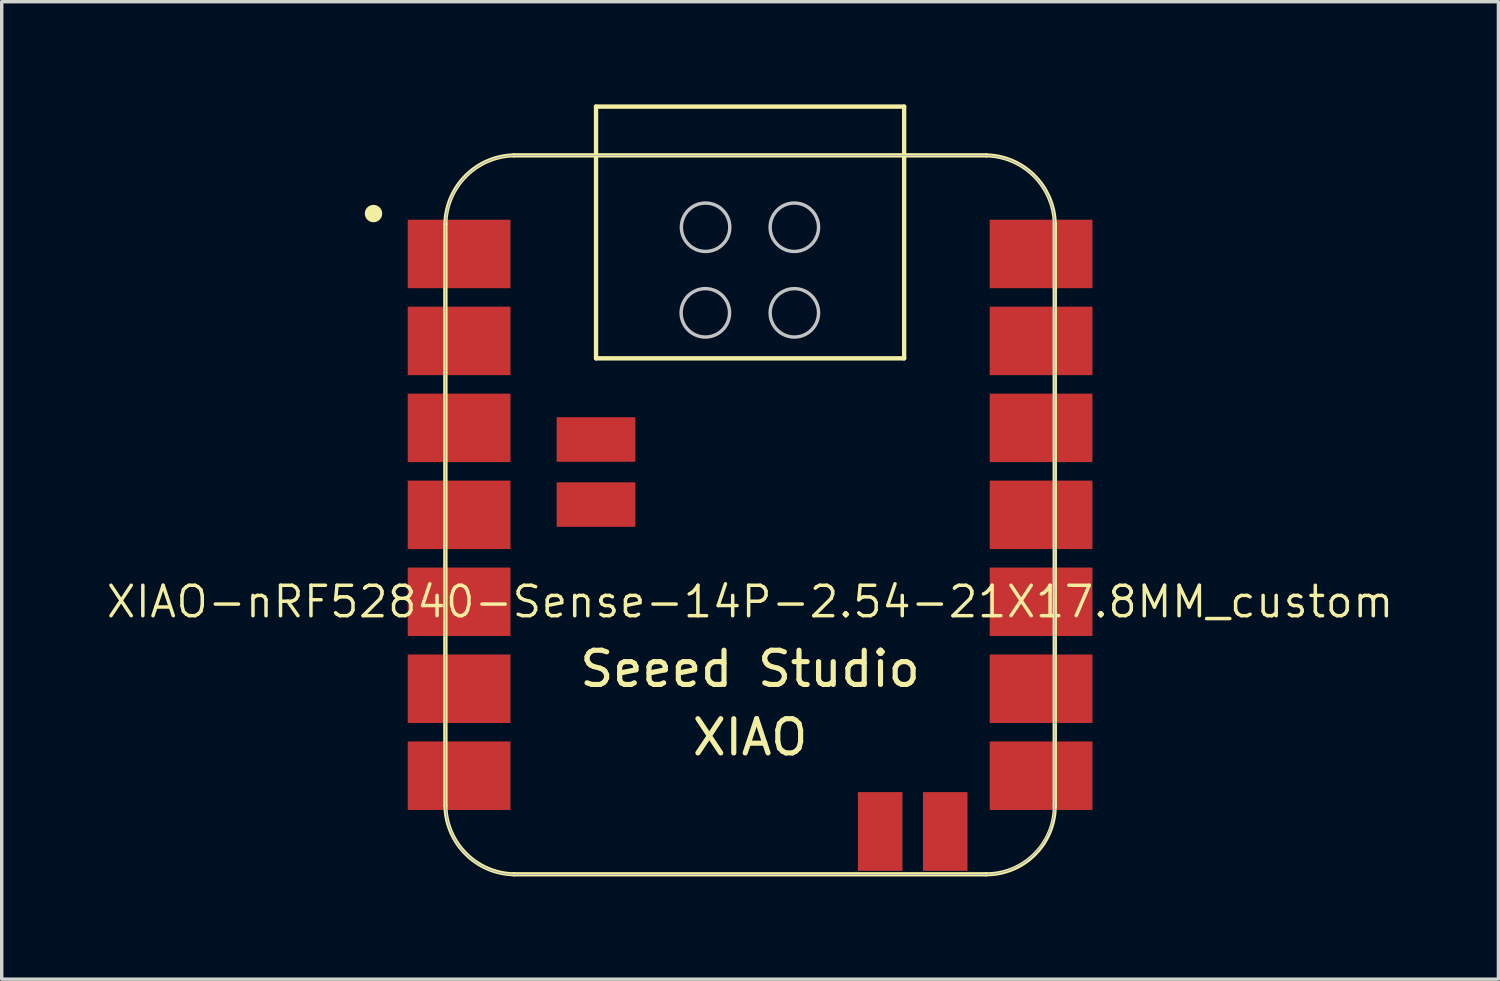
<source format=kicad_pcb>
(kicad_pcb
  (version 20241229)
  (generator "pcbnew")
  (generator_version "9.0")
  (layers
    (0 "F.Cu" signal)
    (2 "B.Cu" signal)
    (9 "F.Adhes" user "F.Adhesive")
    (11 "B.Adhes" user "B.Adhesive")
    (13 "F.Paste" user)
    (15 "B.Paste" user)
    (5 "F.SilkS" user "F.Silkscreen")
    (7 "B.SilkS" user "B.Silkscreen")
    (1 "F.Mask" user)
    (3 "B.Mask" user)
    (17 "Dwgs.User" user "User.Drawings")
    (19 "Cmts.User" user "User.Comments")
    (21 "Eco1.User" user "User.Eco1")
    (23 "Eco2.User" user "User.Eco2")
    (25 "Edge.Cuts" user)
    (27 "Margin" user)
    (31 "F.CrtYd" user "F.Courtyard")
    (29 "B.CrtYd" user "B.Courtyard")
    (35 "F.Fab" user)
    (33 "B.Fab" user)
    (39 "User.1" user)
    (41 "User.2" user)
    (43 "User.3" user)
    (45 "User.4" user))
  (footprint "XIAO-nRF52840-Sense-14P-2.54-21X17.8MM_custom"
    (layer "F.Cu")
    (at 18.86 11.988)
    (property "Reference" "XIAO-nRF52840-Sense-14P-2.54-21X17.8MM_custom" (at 0 2.54 0) (layer "F.SilkS") (effects (font (size 0.889 0.889) (thickness 0.102))))
    (attr smd)
    (fp_line (start -8.9 -8.5) (end -8.9 8.5) (stroke (width 0.127) (type solid)) (layer "F.SilkS"))
    (fp_line (start -6.9 10.5) (end 6.9 10.5) (stroke (width 0.127) (type solid)) (layer "F.SilkS"))
    (fp_line (start -4.5 -11.924) (end 4.5 -11.924) (stroke (width 0.127) (type solid)) (layer "F.SilkS"))
    (fp_line (start -4.5 -4.571) (end -4.5 -11.924) (stroke (width 0.127) (type solid)) (layer "F.SilkS"))
    (fp_line (start 4.5 -11.924) (end 4.5 -4.571) (stroke (width 0.127) (type solid)) (layer "F.SilkS"))
    (fp_line (start 4.5 -4.571) (end -4.5 -4.571) (stroke (width 0.127) (type solid)) (layer "F.SilkS"))
    (fp_line (start 6.9 -10.499) (end -6.9 -10.499) (stroke (width 0.127) (type solid)) (layer "F.SilkS"))
    (fp_line (start 8.9 8.5) (end 8.9 -8.5) (stroke (width 0.127) (type solid)) (layer "F.SilkS"))
    (fp_arc (start -8.9 -8.5) (mid -8.301491 -9.901491) (end -6.9 -10.5) (stroke (width 0.12) (type solid)) (layer "F.SilkS"))
    (fp_arc (start -6.9 10.5) (mid -8.301423 9.901423) (end -8.9 8.5) (stroke (width 0.12) (type solid)) (layer "F.SilkS"))
    (fp_arc (start 6.9 -10.5) (mid 8.301491 -9.901491) (end 8.9 -8.5) (stroke (width 0.12) (type solid)) (layer "F.SilkS"))
    (fp_arc (start 8.9 8.5) (mid 8.314214 9.914214) (end 6.9 10.5) (stroke (width 0.12) (type solid)) (layer "F.SilkS"))
    (fp_circle (center -11 -8.8) (end -11 -9.054) (stroke (width 0) (type solid)) (fill yes) (layer "F.SilkS"))
    (fp_poly (pts (xy -8.888 -8.562) (xy -8.885 -8.61) (xy -8.881 -8.659)) (stroke (width 0.025) (type solid)) (fill no) (layer "F.SilkS"))
    (fp_poly (pts (xy 8.889 8.522) (xy 8.888 8.571) (xy 8.885 8.62) (xy 8.881 8.669) (xy 8.875 8.717) (xy 8.869 8.766) (xy 8.861 8.815) (xy 8.852 8.863) (xy 8.842 8.911)) (stroke (width 0.025) (type solid)) (fill no) (layer "F.SilkS"))
    (fp_circle (center -1.307 -5.9) (end -0.807 -6.4) (stroke (width 0.1) (type default)) (fill no) (layer "Dwgs.User"))
    (fp_circle (center -1.3 -8.4) (end -0.8 -8.9) (stroke (width 0.1) (type default)) (fill no) (layer "Dwgs.User"))
    (fp_circle (center 1.293 -8.4) (end 1.793 -8.9) (stroke (width 0.1) (type default)) (fill no) (layer "Dwgs.User"))
    (fp_circle (center 1.293 -5.9) (end 1.793 -6.4) (stroke (width 0.1) (type default)) (fill no) (layer "Dwgs.User"))
    (fp_line (start -8.9 -8.463) (end -8.9 8.473) (stroke (width 0.025) (type solid)) (layer "F.Fab"))
    (fp_line (start -8.89 8.473) (end -8.889 8.522) (stroke (width 0.025) (type solid)) (layer "F.Fab"))
    (fp_line (start -8.889 8.522) (end -8.888 8.571) (stroke (width 0.025) (type solid)) (layer "F.Fab"))
    (fp_line (start -8.888 -8.562) (end -8.889 -8.512) (stroke (width 0.025) (type solid)) (layer "F.Fab"))
    (fp_line (start -8.888 8.571) (end -8.885 8.62) (stroke (width 0.025) (type solid)) (layer "F.Fab"))
    (fp_line (start -8.885 -8.61) (end -8.888 -8.562) (stroke (width 0.025) (type solid)) (layer "F.Fab"))
    (fp_line (start -8.885 8.62) (end -8.881 8.669) (stroke (width 0.025) (type solid)) (layer "F.Fab"))
    (fp_line (start -8.881 -8.659) (end -8.885 -8.61) (stroke (width 0.025) (type solid)) (layer "F.Fab"))
    (fp_line (start -8.881 8.669) (end -8.875 8.717) (stroke (width 0.025) (type solid)) (layer "F.Fab"))
    (fp_line (start -8.875 -8.708) (end -8.881 -8.659) (stroke (width 0.025) (type solid)) (layer "F.Fab"))
    (fp_line (start -8.875 8.717) (end -8.869 8.766) (stroke (width 0.025) (type solid)) (layer "F.Fab"))
    (fp_line (start -8.869 -8.757) (end -8.875 -8.708) (stroke (width 0.025) (type solid)) (layer "F.Fab"))
    (fp_line (start -8.869 8.766) (end -8.861 8.815) (stroke (width 0.025) (type solid)) (layer "F.Fab"))
    (fp_line (start -8.861 -8.806) (end -8.869 -8.757) (stroke (width 0.025) (type solid)) (layer "F.Fab"))
    (fp_line (start -8.861 8.815) (end -8.852 8.863) (stroke (width 0.025) (type solid)) (layer "F.Fab"))
    (fp_line (start -8.852 -8.854) (end -8.861 -8.806) (stroke (width 0.025) (type solid)) (layer "F.Fab"))
    (fp_line (start -8.852 8.863) (end -8.842 8.911) (stroke (width 0.025) (type solid)) (layer "F.Fab"))
    (fp_line (start -8.842 -8.902) (end -8.852 -8.854) (stroke (width 0.025) (type solid)) (layer "F.Fab"))
    (fp_line (start -8.842 8.911) (end -8.831 8.959) (stroke (width 0.025) (type solid)) (layer "F.Fab"))
    (fp_line (start -8.831 -8.95) (end -8.842 -8.902) (stroke (width 0.025) (type solid)) (layer "F.Fab"))
    (fp_line (start -8.831 8.959) (end -8.819 9.006) (stroke (width 0.025) (type solid)) (layer "F.Fab"))
    (fp_line (start -8.819 -8.997) (end -8.831 -8.95) (stroke (width 0.025) (type solid)) (layer "F.Fab"))
    (fp_line (start -8.819 9.006) (end -8.805 9.054) (stroke (width 0.025) (type solid)) (layer "F.Fab"))
    (fp_line (start -8.805 -9.045) (end -8.819 -8.997) (stroke (width 0.025) (type solid)) (layer "F.Fab"))
    (fp_line (start -8.805 9.054) (end -8.79 9.1) (stroke (width 0.025) (type solid)) (layer "F.Fab"))
    (fp_line (start -8.79 -9.091) (end -8.805 -9.045) (stroke (width 0.025) (type solid)) (layer "F.Fab"))
    (fp_line (start -8.79 9.1) (end -8.775 9.147) (stroke (width 0.025) (type solid)) (layer "F.Fab"))
    (fp_line (start -8.775 -9.138) (end -8.79 -9.091) (stroke (width 0.025) (type solid)) (layer "F.Fab"))
    (fp_line (start -8.775 9.147) (end -8.758 9.193) (stroke (width 0.025) (type solid)) (layer "F.Fab"))
    (fp_line (start -8.758 -9.184) (end -8.775 -9.138) (stroke (width 0.025) (type solid)) (layer "F.Fab"))
    (fp_line (start -8.758 9.193) (end -8.74 9.239) (stroke (width 0.025) (type solid)) (layer "F.Fab"))
    (fp_line (start -8.74 -9.23) (end -8.758 -9.184) (stroke (width 0.025) (type solid)) (layer "F.Fab"))
    (fp_line (start -8.74 9.239) (end -8.721 9.284) (stroke (width 0.025) (type solid)) (layer "F.Fab"))
    (fp_line (start -8.721 -9.275) (end -8.74 -9.23) (stroke (width 0.025) (type solid)) (layer "F.Fab"))
    (fp_line (start -8.721 9.284) (end -8.701 9.329) (stroke (width 0.025) (type solid)) (layer "F.Fab"))
    (fp_line (start -8.701 -9.32) (end -8.721 -9.275) (stroke (width 0.025) (type solid)) (layer "F.Fab"))
    (fp_line (start -8.701 9.329) (end -8.679 9.373) (stroke (width 0.025) (type solid)) (layer "F.Fab"))
    (fp_line (start -8.679 -9.364) (end -8.701 -9.32) (stroke (width 0.025) (type solid)) (layer "F.Fab"))
    (fp_line (start -8.679 9.373) (end -8.657 9.417) (stroke (width 0.025) (type solid)) (layer "F.Fab"))
    (fp_line (start -8.657 -9.408) (end -8.679 -9.364) (stroke (width 0.025) (type solid)) (layer "F.Fab"))
    (fp_line (start -8.657 9.417) (end -8.634 9.46) (stroke (width 0.025) (type solid)) (layer "F.Fab"))
    (fp_line (start -8.634 -9.451) (end -8.657 -9.408) (stroke (width 0.025) (type solid)) (layer "F.Fab"))
    (fp_line (start -8.634 9.46) (end -8.61 9.503) (stroke (width 0.025) (type solid)) (layer "F.Fab"))
    (fp_line (start -8.61 -9.494) (end -8.634 -9.451) (stroke (width 0.025) (type solid)) (layer "F.Fab"))
    (fp_line (start -8.61 9.503) (end -8.584 9.545) (stroke (width 0.025) (type solid)) (layer "F.Fab"))
    (fp_line (start -8.584 -9.536) (end -8.61 -9.494) (stroke (width 0.025) (type solid)) (layer "F.Fab"))
    (fp_line (start -8.584 9.545) (end -8.558 9.586) (stroke (width 0.025) (type solid)) (layer "F.Fab"))
    (fp_line (start -8.558 -9.577) (end -8.584 -9.536) (stroke (width 0.025) (type solid)) (layer "F.Fab"))
    (fp_line (start -8.558 9.586) (end -8.53 9.627) (stroke (width 0.025) (type solid)) (layer "F.Fab"))
    (fp_line (start -8.53 -9.618) (end -8.558 -9.577) (stroke (width 0.025) (type solid)) (layer "F.Fab"))
    (fp_line (start -8.53 9.627) (end -8.502 9.667) (stroke (width 0.025) (type solid)) (layer "F.Fab"))
    (fp_line (start -8.502 -9.658) (end -8.53 -9.618) (stroke (width 0.025) (type solid)) (layer "F.Fab"))
    (fp_line (start -8.502 9.667) (end -8.473 9.706) (stroke (width 0.025) (type solid)) (layer "F.Fab"))
    (fp_line (start -8.473 -9.697) (end -8.502 -9.658) (stroke (width 0.025) (type solid)) (layer "F.Fab"))
    (fp_line (start -8.473 9.706) (end -8.442 9.745) (stroke (width 0.025) (type solid)) (layer "F.Fab"))
    (fp_line (start -8.442 -9.736) (end -8.473 -9.697) (stroke (width 0.025) (type solid)) (layer "F.Fab"))
    (fp_line (start -8.442 9.745) (end -8.411 9.783) (stroke (width 0.025) (type solid)) (layer "F.Fab"))
    (fp_line (start -8.411 -9.774) (end -8.442 -9.736) (stroke (width 0.025) (type solid)) (layer "F.Fab"))
    (fp_line (start -8.411 9.783) (end -8.379 9.82) (stroke (width 0.025) (type solid)) (layer "F.Fab"))
    (fp_line (start -8.379 -9.811) (end -8.411 -9.774) (stroke (width 0.025) (type solid)) (layer "F.Fab"))
    (fp_line (start -8.379 9.82) (end -8.346 9.856) (stroke (width 0.025) (type solid)) (layer "F.Fab"))
    (fp_line (start -8.346 -9.847) (end -8.379 -9.811) (stroke (width 0.025) (type solid)) (layer "F.Fab"))
    (fp_line (start -8.346 9.856) (end -8.312 9.892) (stroke (width 0.025) (type solid)) (layer "F.Fab"))
    (fp_line (start -8.312 -9.883) (end -8.346 -9.847) (stroke (width 0.025) (type solid)) (layer "F.Fab"))
    (fp_line (start -8.312 9.892) (end -8.277 9.927) (stroke (width 0.025) (type solid)) (layer "F.Fab"))
    (fp_line (start -8.277 -9.918) (end -8.312 -9.883) (stroke (width 0.025) (type solid)) (layer "F.Fab"))
    (fp_line (start -8.277 9.927) (end -8.242 9.96) (stroke (width 0.025) (type solid)) (layer "F.Fab"))
    (fp_line (start -8.242 -9.951) (end -8.277 -9.918) (stroke (width 0.025) (type solid)) (layer "F.Fab"))
    (fp_line (start -8.242 9.96) (end -8.205 9.994) (stroke (width 0.025) (type solid)) (layer "F.Fab"))
    (fp_line (start -8.205 -9.984) (end -8.242 -9.951) (stroke (width 0.025) (type solid)) (layer "F.Fab"))
    (fp_line (start -8.205 9.994) (end -8.168 10.026) (stroke (width 0.025) (type solid)) (layer "F.Fab"))
    (fp_line (start -8.168 -10.017) (end -8.205 -9.984) (stroke (width 0.025) (type solid)) (layer "F.Fab"))
    (fp_line (start -8.168 10.026) (end -8.13 10.057) (stroke (width 0.025) (type solid)) (layer "F.Fab"))
    (fp_line (start -8.13 -10.048) (end -8.168 -10.017) (stroke (width 0.025) (type solid)) (layer "F.Fab"))
    (fp_line (start -8.13 10.057) (end -8.092 10.087) (stroke (width 0.025) (type solid)) (layer "F.Fab"))
    (fp_line (start -8.092 -10.078) (end -8.13 -10.048) (stroke (width 0.025) (type solid)) (layer "F.Fab"))
    (fp_line (start -8.092 10.087) (end -8.052 10.116) (stroke (width 0.025) (type solid)) (layer "F.Fab"))
    (fp_line (start -8.052 -10.107) (end -8.092 -10.078) (stroke (width 0.025) (type solid)) (layer "F.Fab"))
    (fp_line (start -8.052 10.116) (end -8.012 10.145) (stroke (width 0.025) (type solid)) (layer "F.Fab"))
    (fp_line (start -8.012 -10.136) (end -8.052 -10.107) (stroke (width 0.025) (type solid)) (layer "F.Fab"))
    (fp_line (start -8.012 10.145) (end -7.972 10.172) (stroke (width 0.025) (type solid)) (layer "F.Fab"))
    (fp_line (start -7.972 -10.163) (end -8.012 -10.136) (stroke (width 0.025) (type solid)) (layer "F.Fab"))
    (fp_line (start -7.972 10.172) (end -7.93 10.199) (stroke (width 0.025) (type solid)) (layer "F.Fab"))
    (fp_line (start -7.93 -10.19) (end -7.972 -10.163) (stroke (width 0.025) (type solid)) (layer "F.Fab"))
    (fp_line (start -7.93 10.199) (end -7.888 10.224) (stroke (width 0.025) (type solid)) (layer "F.Fab"))
    (fp_line (start -7.888 -10.215) (end -7.93 -10.19) (stroke (width 0.025) (type solid)) (layer "F.Fab"))
    (fp_line (start -7.888 10.224) (end -7.846 10.249) (stroke (width 0.025) (type solid)) (layer "F.Fab"))
    (fp_line (start -7.846 -10.239) (end -7.888 -10.215) (stroke (width 0.025) (type solid)) (layer "F.Fab"))
    (fp_line (start -7.846 10.249) (end -7.802 10.272) (stroke (width 0.025) (type solid)) (layer "F.Fab"))
    (fp_line (start -7.802 -10.263) (end -7.846 -10.239) (stroke (width 0.025) (type solid)) (layer "F.Fab"))
    (fp_line (start -7.802 10.272) (end -7.759 10.294) (stroke (width 0.025) (type solid)) (layer "F.Fab"))
    (fp_line (start -7.759 -10.285) (end -7.802 -10.263) (stroke (width 0.025) (type solid)) (layer "F.Fab"))
    (fp_line (start -7.759 10.294) (end -7.714 10.315) (stroke (width 0.025) (type solid)) (layer "F.Fab"))
    (fp_line (start -7.714 -10.306) (end -7.759 -10.285) (stroke (width 0.025) (type solid)) (layer "F.Fab"))
    (fp_line (start -7.714 10.315) (end -7.67 10.335) (stroke (width 0.025) (type solid)) (layer "F.Fab"))
    (fp_line (start -7.67 -10.326) (end -7.714 -10.306) (stroke (width 0.025) (type solid)) (layer "F.Fab"))
    (fp_line (start -7.67 10.335) (end -7.624 10.354) (stroke (width 0.025) (type solid)) (layer "F.Fab"))
    (fp_line (start -7.624 -10.345) (end -7.67 -10.326) (stroke (width 0.025) (type solid)) (layer "F.Fab"))
    (fp_line (start -7.624 10.354) (end -7.579 10.372) (stroke (width 0.025) (type solid)) (layer "F.Fab"))
    (fp_line (start -7.579 -10.363) (end -7.624 -10.345) (stroke (width 0.025) (type solid)) (layer "F.Fab"))
    (fp_line (start -7.579 10.372) (end -7.532 10.389) (stroke (width 0.025) (type solid)) (layer "F.Fab"))
    (fp_line (start -7.532 -10.38) (end -7.579 -10.363) (stroke (width 0.025) (type solid)) (layer "F.Fab"))
    (fp_line (start -7.532 10.389) (end -7.486 10.405) (stroke (width 0.025) (type solid)) (layer "F.Fab"))
    (fp_line (start -7.486 -10.396) (end -7.532 -10.38) (stroke (width 0.025) (type solid)) (layer "F.Fab"))
    (fp_line (start -7.486 10.405) (end -7.439 10.42) (stroke (width 0.025) (type solid)) (layer "F.Fab"))
    (fp_line (start -7.439 -10.411) (end -7.486 -10.396) (stroke (width 0.025) (type solid)) (layer "F.Fab"))
    (fp_line (start -7.439 10.42) (end -7.392 10.433) (stroke (width 0.025) (type solid)) (layer "F.Fab"))
    (fp_line (start -7.392 -10.424) (end -7.439 -10.411) (stroke (width 0.025) (type solid)) (layer "F.Fab"))
    (fp_line (start -7.392 10.433) (end -7.344 10.446) (stroke (width 0.025) (type solid)) (layer "F.Fab"))
    (fp_line (start -7.344 -10.436) (end -7.392 -10.424) (stroke (width 0.025) (type solid)) (layer "F.Fab"))
    (fp_line (start -7.344 10.446) (end -7.296 10.457) (stroke (width 0.025) (type solid)) (layer "F.Fab"))
    (fp_line (start -7.296 -10.448) (end -7.344 -10.436) (stroke (width 0.025) (type solid)) (layer "F.Fab"))
    (fp_line (start -7.296 10.457) (end -7.248 10.467) (stroke (width 0.025) (type solid)) (layer "F.Fab"))
    (fp_line (start -7.248 -10.458) (end -7.296 -10.448) (stroke (width 0.025) (type solid)) (layer "F.Fab"))
    (fp_line (start -7.248 10.467) (end -7.2 10.476) (stroke (width 0.025) (type solid)) (layer "F.Fab"))
    (fp_line (start -7.2 -10.466) (end -7.248 -10.458) (stroke (width 0.025) (type solid)) (layer "F.Fab"))
    (fp_line (start -7.2 10.476) (end -7.152 10.483) (stroke (width 0.025) (type solid)) (layer "F.Fab"))
    (fp_line (start -7.152 -10.474) (end -7.2 -10.466) (stroke (width 0.025) (type solid)) (layer "F.Fab"))
    (fp_line (start -7.152 10.483) (end -7.103 10.49) (stroke (width 0.025) (type solid)) (layer "F.Fab"))
    (fp_line (start -7.103 -10.481) (end -7.152 -10.474) (stroke (width 0.025) (type solid)) (layer "F.Fab"))
    (fp_line (start -7.103 10.49) (end -7.054 10.495) (stroke (width 0.025) (type solid)) (layer "F.Fab"))
    (fp_line (start -7.054 -10.486) (end -7.103 -10.481) (stroke (width 0.025) (type solid)) (layer "F.Fab"))
    (fp_line (start -7.054 10.495) (end -7.005 10.499) (stroke (width 0.025) (type solid)) (layer "F.Fab"))
    (fp_line (start -7.005 -10.49) (end -7.054 -10.486) (stroke (width 0.025) (type solid)) (layer "F.Fab"))
    (fp_line (start -7.005 10.499) (end -6.956 10.502) (stroke (width 0.025) (type solid)) (layer "F.Fab"))
    (fp_line (start -6.956 -10.493) (end -7.005 -10.49) (stroke (width 0.025) (type solid)) (layer "F.Fab"))
    (fp_line (start -6.956 10.502) (end -6.907 10.504) (stroke (width 0.025) (type solid)) (layer "F.Fab"))
    (fp_line (start -6.907 -10.495) (end -6.956 -10.493) (stroke (width 0.025) (type solid)) (layer "F.Fab"))
    (fp_line (start -6.907 10.504) (end -6.858 10.505) (stroke (width 0.025) (type solid)) (layer "F.Fab"))
    (fp_line (start -6.858 -10.495) (end -6.907 -10.495) (stroke (width 0.025) (type solid)) (layer "F.Fab"))
    (fp_line (start -6.858 10.505) (end 6.858 10.505) (stroke (width 0.025) (type solid)) (layer "F.Fab"))
    (fp_line (start 6.858 -10.495) (end -6.858 -10.495) (stroke (width 0.025) (type solid)) (layer "F.Fab"))
    (fp_line (start 6.858 10.505) (end 6.907 10.504) (stroke (width 0.025) (type solid)) (layer "F.Fab"))
    (fp_line (start 6.907 -10.495) (end 6.858 -10.495) (stroke (width 0.025) (type solid)) (layer "F.Fab"))
    (fp_line (start 6.907 10.504) (end 6.956 10.502) (stroke (width 0.025) (type solid)) (layer "F.Fab"))
    (fp_line (start 6.956 -10.493) (end 6.907 -10.495) (stroke (width 0.025) (type solid)) (layer "F.Fab"))
    (fp_line (start 6.956 10.502) (end 7.005 10.499) (stroke (width 0.025) (type solid)) (layer "F.Fab"))
    (fp_line (start 7.005 -10.49) (end 6.956 -10.493) (stroke (width 0.025) (type solid)) (layer "F.Fab"))
    (fp_line (start 7.005 10.499) (end 7.054 10.495) (stroke (width 0.025) (type solid)) (layer "F.Fab"))
    (fp_line (start 7.054 -10.486) (end 7.005 -10.49) (stroke (width 0.025) (type solid)) (layer "F.Fab"))
    (fp_line (start 7.054 10.495) (end 7.103 10.49) (stroke (width 0.025) (type solid)) (layer "F.Fab"))
    (fp_line (start 7.103 -10.481) (end 7.054 -10.486) (stroke (width 0.025) (type solid)) (layer "F.Fab"))
    (fp_line (start 7.103 10.49) (end 7.152 10.483) (stroke (width 0.025) (type solid)) (layer "F.Fab"))
    (fp_line (start 7.152 -10.474) (end 7.103 -10.481) (stroke (width 0.025) (type solid)) (layer "F.Fab"))
    (fp_line (start 7.152 10.483) (end 7.2 10.476) (stroke (width 0.025) (type solid)) (layer "F.Fab"))
    (fp_line (start 7.2 -10.466) (end 7.152 -10.474) (stroke (width 0.025) (type solid)) (layer "F.Fab"))
    (fp_line (start 7.2 10.476) (end 7.248 10.467) (stroke (width 0.025) (type solid)) (layer "F.Fab"))
    (fp_line (start 7.248 -10.458) (end 7.2 -10.466) (stroke (width 0.025) (type solid)) (layer "F.Fab"))
    (fp_line (start 7.248 10.467) (end 7.296 10.457) (stroke (width 0.025) (type solid)) (layer "F.Fab"))
    (fp_line (start 7.296 -10.448) (end 7.248 -10.458) (stroke (width 0.025) (type solid)) (layer "F.Fab"))
    (fp_line (start 7.296 10.457) (end 7.344 10.446) (stroke (width 0.025) (type solid)) (layer "F.Fab"))
    (fp_line (start 7.344 -10.436) (end 7.296 -10.448) (stroke (width 0.025) (type solid)) (layer "F.Fab"))
    (fp_line (start 7.344 10.446) (end 7.392 10.433) (stroke (width 0.025) (type solid)) (layer "F.Fab"))
    (fp_line (start 7.392 -10.424) (end 7.344 -10.436) (stroke (width 0.025) (type solid)) (layer "F.Fab"))
    (fp_line (start 7.392 10.433) (end 7.439 10.42) (stroke (width 0.025) (type solid)) (layer "F.Fab"))
    (fp_line (start 7.439 -10.411) (end 7.392 -10.424) (stroke (width 0.025) (type solid)) (layer "F.Fab"))
    (fp_line (start 7.439 10.42) (end 7.486 10.405) (stroke (width 0.025) (type solid)) (layer "F.Fab"))
    (fp_line (start 7.486 -10.396) (end 7.439 -10.411) (stroke (width 0.025) (type solid)) (layer "F.Fab"))
    (fp_line (start 7.486 10.405) (end 7.532 10.389) (stroke (width 0.025) (type solid)) (layer "F.Fab"))
    (fp_line (start 7.532 -10.38) (end 7.486 -10.396) (stroke (width 0.025) (type solid)) (layer "F.Fab"))
    (fp_line (start 7.532 10.389) (end 7.579 10.372) (stroke (width 0.025) (type solid)) (layer "F.Fab"))
    (fp_line (start 7.579 -10.363) (end 7.532 -10.38) (stroke (width 0.025) (type solid)) (layer "F.Fab"))
    (fp_line (start 7.579 10.372) (end 7.624 10.354) (stroke (width 0.025) (type solid)) (layer "F.Fab"))
    (fp_line (start 7.624 -10.345) (end 7.579 -10.363) (stroke (width 0.025) (type solid)) (layer "F.Fab"))
    (fp_line (start 7.624 10.354) (end 7.67 10.335) (stroke (width 0.025) (type solid)) (layer "F.Fab"))
    (fp_line (start 7.67 -10.326) (end 7.624 -10.345) (stroke (width 0.025) (type solid)) (layer "F.Fab"))
    (fp_line (start 7.67 10.335) (end 7.714 10.315) (stroke (width 0.025) (type solid)) (layer "F.Fab"))
    (fp_line (start 7.714 -10.306) (end 7.67 -10.326) (stroke (width 0.025) (type solid)) (layer "F.Fab"))
    (fp_line (start 7.714 10.315) (end 7.759 10.294) (stroke (width 0.025) (type solid)) (layer "F.Fab"))
    (fp_line (start 7.759 -10.285) (end 7.714 -10.306) (stroke (width 0.025) (type solid)) (layer "F.Fab"))
    (fp_line (start 7.759 10.294) (end 7.802 10.272) (stroke (width 0.025) (type solid)) (layer "F.Fab"))
    (fp_line (start 7.802 -10.263) (end 7.759 -10.285) (stroke (width 0.025) (type solid)) (layer "F.Fab"))
    (fp_line (start 7.802 10.272) (end 7.846 10.249) (stroke (width 0.025) (type solid)) (layer "F.Fab"))
    (fp_line (start 7.846 -10.239) (end 7.802 -10.263) (stroke (width 0.025) (type solid)) (layer "F.Fab"))
    (fp_line (start 7.846 10.249) (end 7.888 10.224) (stroke (width 0.025) (type solid)) (layer "F.Fab"))
    (fp_line (start 7.888 -10.215) (end 7.846 -10.239) (stroke (width 0.025) (type solid)) (layer "F.Fab"))
    (fp_line (start 7.888 10.224) (end 7.93 10.199) (stroke (width 0.025) (type solid)) (layer "F.Fab"))
    (fp_line (start 7.93 -10.19) (end 7.888 -10.215) (stroke (width 0.025) (type solid)) (layer "F.Fab"))
    (fp_line (start 7.93 10.199) (end 7.972 10.172) (stroke (width 0.025) (type solid)) (layer "F.Fab"))
    (fp_line (start 7.972 -10.163) (end 7.93 -10.19) (stroke (width 0.025) (type solid)) (layer "F.Fab"))
    (fp_line (start 7.972 10.172) (end 8.012 10.145) (stroke (width 0.025) (type solid)) (layer "F.Fab"))
    (fp_line (start 8.012 -10.136) (end 7.972 -10.163) (stroke (width 0.025) (type solid)) (layer "F.Fab"))
    (fp_line (start 8.012 10.145) (end 8.052 10.116) (stroke (width 0.025) (type solid)) (layer "F.Fab"))
    (fp_line (start 8.052 -10.107) (end 8.012 -10.136) (stroke (width 0.025) (type solid)) (layer "F.Fab"))
    (fp_line (start 8.052 10.116) (end 8.092 10.087) (stroke (width 0.025) (type solid)) (layer "F.Fab"))
    (fp_line (start 8.092 -10.078) (end 8.052 -10.107) (stroke (width 0.025) (type solid)) (layer "F.Fab"))
    (fp_line (start 8.092 10.087) (end 8.13 10.057) (stroke (width 0.025) (type solid)) (layer "F.Fab"))
    (fp_line (start 8.13 -10.048) (end 8.092 -10.078) (stroke (width 0.025) (type solid)) (layer "F.Fab"))
    (fp_line (start 8.13 10.057) (end 8.168 10.026) (stroke (width 0.025) (type solid)) (layer "F.Fab"))
    (fp_line (start 8.168 -10.017) (end 8.13 -10.048) (stroke (width 0.025) (type solid)) (layer "F.Fab"))
    (fp_line (start 8.168 10.026) (end 8.205 9.994) (stroke (width 0.025) (type solid)) (layer "F.Fab"))
    (fp_line (start 8.205 -9.984) (end 8.168 -10.017) (stroke (width 0.025) (type solid)) (layer "F.Fab"))
    (fp_line (start 8.205 9.994) (end 8.242 9.96) (stroke (width 0.025) (type solid)) (layer "F.Fab"))
    (fp_line (start 8.242 -9.951) (end 8.205 -9.984) (stroke (width 0.025) (type solid)) (layer "F.Fab"))
    (fp_line (start 8.242 9.96) (end 8.277 9.927) (stroke (width 0.025) (type solid)) (layer "F.Fab"))
    (fp_line (start 8.277 -9.918) (end 8.242 -9.951) (stroke (width 0.025) (type solid)) (layer "F.Fab"))
    (fp_line (start 8.277 9.927) (end 8.312 9.892) (stroke (width 0.025) (type solid)) (layer "F.Fab"))
    (fp_line (start 8.312 -9.883) (end 8.277 -9.918) (stroke (width 0.025) (type solid)) (layer "F.Fab"))
    (fp_line (start 8.312 9.892) (end 8.346 9.856) (stroke (width 0.025) (type solid)) (layer "F.Fab"))
    (fp_line (start 8.346 -9.847) (end 8.312 -9.883) (stroke (width 0.025) (type solid)) (layer "F.Fab"))
    (fp_line (start 8.346 9.856) (end 8.379 9.82) (stroke (width 0.025) (type solid)) (layer "F.Fab"))
    (fp_line (start 8.379 -9.811) (end 8.346 -9.847) (stroke (width 0.025) (type solid)) (layer "F.Fab"))
    (fp_line (start 8.379 9.82) (end 8.411 9.783) (stroke (width 0.025) (type solid)) (layer "F.Fab"))
    (fp_line (start 8.411 -9.774) (end 8.379 -9.811) (stroke (width 0.025) (type solid)) (layer "F.Fab"))
    (fp_line (start 8.411 9.783) (end 8.442 9.745) (stroke (width 0.025) (type solid)) (layer "F.Fab"))
    (fp_line (start 8.442 -9.736) (end 8.411 -9.774) (stroke (width 0.025) (type solid)) (layer "F.Fab"))
    (fp_line (start 8.442 9.745) (end 8.473 9.706) (stroke (width 0.025) (type solid)) (layer "F.Fab"))
    (fp_line (start 8.473 -9.697) (end 8.442 -9.736) (stroke (width 0.025) (type solid)) (layer "F.Fab"))
    (fp_line (start 8.473 9.706) (end 8.502 9.667) (stroke (width 0.025) (type solid)) (layer "F.Fab"))
    (fp_line (start 8.502 -9.658) (end 8.473 -9.697) (stroke (width 0.025) (type solid)) (layer "F.Fab"))
    (fp_line (start 8.502 9.667) (end 8.53 9.627) (stroke (width 0.025) (type solid)) (layer "F.Fab"))
    (fp_line (start 8.53 -9.618) (end 8.502 -9.658) (stroke (width 0.025) (type solid)) (layer "F.Fab"))
    (fp_line (start 8.53 9.627) (end 8.558 9.586) (stroke (width 0.025) (type solid)) (layer "F.Fab"))
    (fp_line (start 8.558 -9.577) (end 8.53 -9.618) (stroke (width 0.025) (type solid)) (layer "F.Fab"))
    (fp_line (start 8.558 9.586) (end 8.584 9.545) (stroke (width 0.025) (type solid)) (layer "F.Fab"))
    (fp_line (start 8.584 -9.536) (end 8.558 -9.577) (stroke (width 0.025) (type solid)) (layer "F.Fab"))
    (fp_line (start 8.584 9.545) (end 8.61 9.503) (stroke (width 0.025) (type solid)) (layer "F.Fab"))
    (fp_line (start 8.61 -9.494) (end 8.584 -9.536) (stroke (width 0.025) (type solid)) (layer "F.Fab"))
    (fp_line (start 8.61 9.503) (end 8.634 9.46) (stroke (width 0.025) (type solid)) (layer "F.Fab"))
    (fp_line (start 8.634 -9.451) (end 8.61 -9.494) (stroke (width 0.025) (type solid)) (layer "F.Fab"))
    (fp_line (start 8.634 9.46) (end 8.657 9.417) (stroke (width 0.025) (type solid)) (layer "F.Fab"))
    (fp_line (start 8.657 -9.408) (end 8.634 -9.451) (stroke (width 0.025) (type solid)) (layer "F.Fab"))
    (fp_line (start 8.657 9.417) (end 8.679 9.373) (stroke (width 0.025) (type solid)) (layer "F.Fab"))
    (fp_line (start 8.679 -9.364) (end 8.657 -9.408) (stroke (width 0.025) (type solid)) (layer "F.Fab"))
    (fp_line (start 8.679 9.373) (end 8.701 9.329) (stroke (width 0.025) (type solid)) (layer "F.Fab"))
    (fp_line (start 8.701 -9.32) (end 8.679 -9.364) (stroke (width 0.025) (type solid)) (layer "F.Fab"))
    (fp_line (start 8.701 9.329) (end 8.721 9.284) (stroke (width 0.025) (type solid)) (layer "F.Fab"))
    (fp_line (start 8.721 -9.275) (end 8.701 -9.32) (stroke (width 0.025) (type solid)) (layer "F.Fab"))
    (fp_line (start 8.721 9.284) (end 8.74 9.239) (stroke (width 0.025) (type solid)) (layer "F.Fab"))
    (fp_line (start 8.74 -9.23) (end 8.721 -9.275) (stroke (width 0.025) (type solid)) (layer "F.Fab"))
    (fp_line (start 8.74 9.239) (end 8.758 9.193) (stroke (width 0.025) (type solid)) (layer "F.Fab"))
    (fp_line (start 8.758 -9.184) (end 8.74 -9.23) (stroke (width 0.025) (type solid)) (layer "F.Fab"))
    (fp_line (start 8.758 9.193) (end 8.775 9.147) (stroke (width 0.025) (type solid)) (layer "F.Fab"))
    (fp_line (start 8.775 -9.138) (end 8.758 -9.184) (stroke (width 0.025) (type solid)) (layer "F.Fab"))
    (fp_line (start 8.775 9.147) (end 8.79 9.1) (stroke (width 0.025) (type solid)) (layer "F.Fab"))
    (fp_line (start 8.79 -9.091) (end 8.775 -9.138) (stroke (width 0.025) (type solid)) (layer "F.Fab"))
    (fp_line (start 8.79 9.1) (end 8.805 9.054) (stroke (width 0.025) (type solid)) (layer "F.Fab"))
    (fp_line (start 8.805 -9.045) (end 8.79 -9.091) (stroke (width 0.025) (type solid)) (layer "F.Fab"))
    (fp_line (start 8.805 9.054) (end 8.819 9.006) (stroke (width 0.025) (type solid)) (layer "F.Fab"))
    (fp_line (start 8.819 -8.997) (end 8.805 -9.045) (stroke (width 0.025) (type solid)) (layer "F.Fab"))
    (fp_line (start 8.819 9.006) (end 8.831 8.959) (stroke (width 0.025) (type solid)) (layer "F.Fab"))
    (fp_line (start 8.831 -8.95) (end 8.819 -8.997) (stroke (width 0.025) (type solid)) (layer "F.Fab"))
    (fp_line (start 8.831 8.959) (end 8.842 8.911) (stroke (width 0.025) (type solid)) (layer "F.Fab"))
    (fp_line (start 8.842 -8.902) (end 8.831 -8.95) (stroke (width 0.025) (type solid)) (layer "F.Fab"))
    (fp_line (start 8.842 8.911) (end 8.852 8.863) (stroke (width 0.025) (type solid)) (layer "F.Fab"))
    (fp_line (start 8.852 -8.854) (end 8.842 -8.902) (stroke (width 0.025) (type solid)) (layer "F.Fab"))
    (fp_line (start 8.852 8.863) (end 8.861 8.815) (stroke (width 0.025) (type solid)) (layer "F.Fab"))
    (fp_line (start 8.861 -8.806) (end 8.852 -8.854) (stroke (width 0.025) (type solid)) (layer "F.Fab"))
    (fp_line (start 8.861 8.815) (end 8.869 8.766) (stroke (width 0.025) (type solid)) (layer "F.Fab"))
    (fp_line (start 8.869 -8.757) (end 8.861 -8.806) (stroke (width 0.025) (type solid)) (layer "F.Fab"))
    (fp_line (start 8.869 8.766) (end 8.875 8.717) (stroke (width 0.025) (type solid)) (layer "F.Fab"))
    (fp_line (start 8.875 -8.708) (end 8.869 -8.757) (stroke (width 0.025) (type solid)) (layer "F.Fab"))
    (fp_line (start 8.875 8.717) (end 8.881 8.669) (stroke (width 0.025) (type solid)) (layer "F.Fab"))
    (fp_line (start 8.881 -8.659) (end 8.875 -8.708) (stroke (width 0.025) (type solid)) (layer "F.Fab"))
    (fp_line (start 8.881 8.669) (end 8.885 8.62) (stroke (width 0.025) (type solid)) (layer "F.Fab"))
    (fp_line (start 8.885 -8.61) (end 8.881 -8.659) (stroke (width 0.025) (type solid)) (layer "F.Fab"))
    (fp_line (start 8.885 8.62) (end 8.888 8.571) (stroke (width 0.025) (type solid)) (layer "F.Fab"))
    (fp_line (start 8.888 -8.562) (end 8.885 -8.61) (stroke (width 0.025) (type solid)) (layer "F.Fab"))
    (fp_line (start 8.888 8.571) (end 8.889 8.522) (stroke (width 0.025) (type solid)) (layer "F.Fab"))
    (fp_line (start 8.889 -8.512) (end 8.888 -8.562) (stroke (width 0.025) (type solid)) (layer "F.Fab"))
    (fp_line (start 8.889 8.522) (end 8.89 8.473) (stroke (width 0.025) (type solid)) (layer "F.Fab"))
    (fp_line (start 8.89 -8.463) (end 8.889 -8.512) (stroke (width 0.025) (type solid)) (layer "F.Fab"))
    (fp_line (start 8.9 8.473) (end 8.9 -8.463) (stroke (width 0.025) (type solid)) (layer "F.Fab"))
    (fp_text user "XIAO" (at 0 6.5 0) (unlocked yes) (layer "F.SilkS") (effects (font (size 1 1) (thickness 0.15))))
    (fp_text user "Seeed Studio" (at 0 4.5 0) (unlocked yes) (layer "F.SilkS") (effects (font (size 1 1) (thickness 0.15))))
    (pad "1" smd rect (at -8.5 -7.62) (size 3 2) (layers "F.Cu" "F.Mask" "F.Paste"))
    (pad "2" smd rect (at -8.5 -5.08) (size 3 2) (layers "F.Cu" "F.Mask" "F.Paste"))
    (pad "3" smd rect (at -8.5 -2.54) (size 3 2) (layers "F.Cu" "F.Mask" "F.Paste"))
    (pad "4" smd rect (at -8.5 0) (size 3 2) (layers "F.Cu" "F.Mask" "F.Paste"))
    (pad "5" smd rect (at -8.5 2.54) (size 3 2) (layers "F.Cu" "F.Mask" "F.Paste"))
    (pad "6" smd rect (at -8.5 5.08 180) (size 3 2) (layers "F.Cu" "F.Mask" "F.Paste"))
    (pad "7" smd rect (at -8.5 7.62) (size 3 2) (layers "F.Cu" "F.Mask" "F.Paste"))
    (pad "8" smd rect (at 8.5 7.62) (size 3 2) (layers "F.Cu" "F.Mask" "F.Paste"))
    (pad "9" smd rect (at 8.5 5.08) (size 3 2) (layers "F.Cu" "F.Mask" "F.Paste"))
    (pad "10" smd rect (at 8.5 2.54) (size 3 2) (layers "F.Cu" "F.Mask" "F.Paste"))
    (pad "11" smd rect (at 8.5 0) (size 3 2) (layers "F.Cu" "F.Mask" "F.Paste"))
    (pad "12" smd rect (at 8.5 -2.54) (size 3 2) (layers "F.Cu" "F.Mask" "F.Paste"))
    (pad "13" smd rect (at 8.5 -5.08) (size 3 2) (layers "F.Cu" "F.Mask" "F.Paste"))
    (pad "14" smd rect (at 8.5 -7.62) (size 3 2) (layers "F.Cu" "F.Mask" "F.Paste"))
    (pad "19" smd rect (at 3.8 9.25 90) (size 2.3 1.3) (layers "F.Cu" "F.Mask" "F.Paste"))
    (pad "20" smd rect (at 5.7 9.25 90) (size 2.3 1.3) (layers "F.Cu" "F.Mask" "F.Paste"))
    (pad "21" smd rect (at -4.5 -2.2 180) (size 2.3 1.3) (layers "F.Cu" "F.Mask" "F.Paste"))
    (pad "22" smd rect (at -4.5 -0.3 180) (size 2.3 1.3) (layers "F.Cu" "F.Mask" "F.Paste")))
  (gr_rect
    (start -3 -3)
    (end 40.719 25.551)
    (stroke (width 0.1) (type default))
    (fill no)
    (layer "Edge.Cuts")))
</source>
